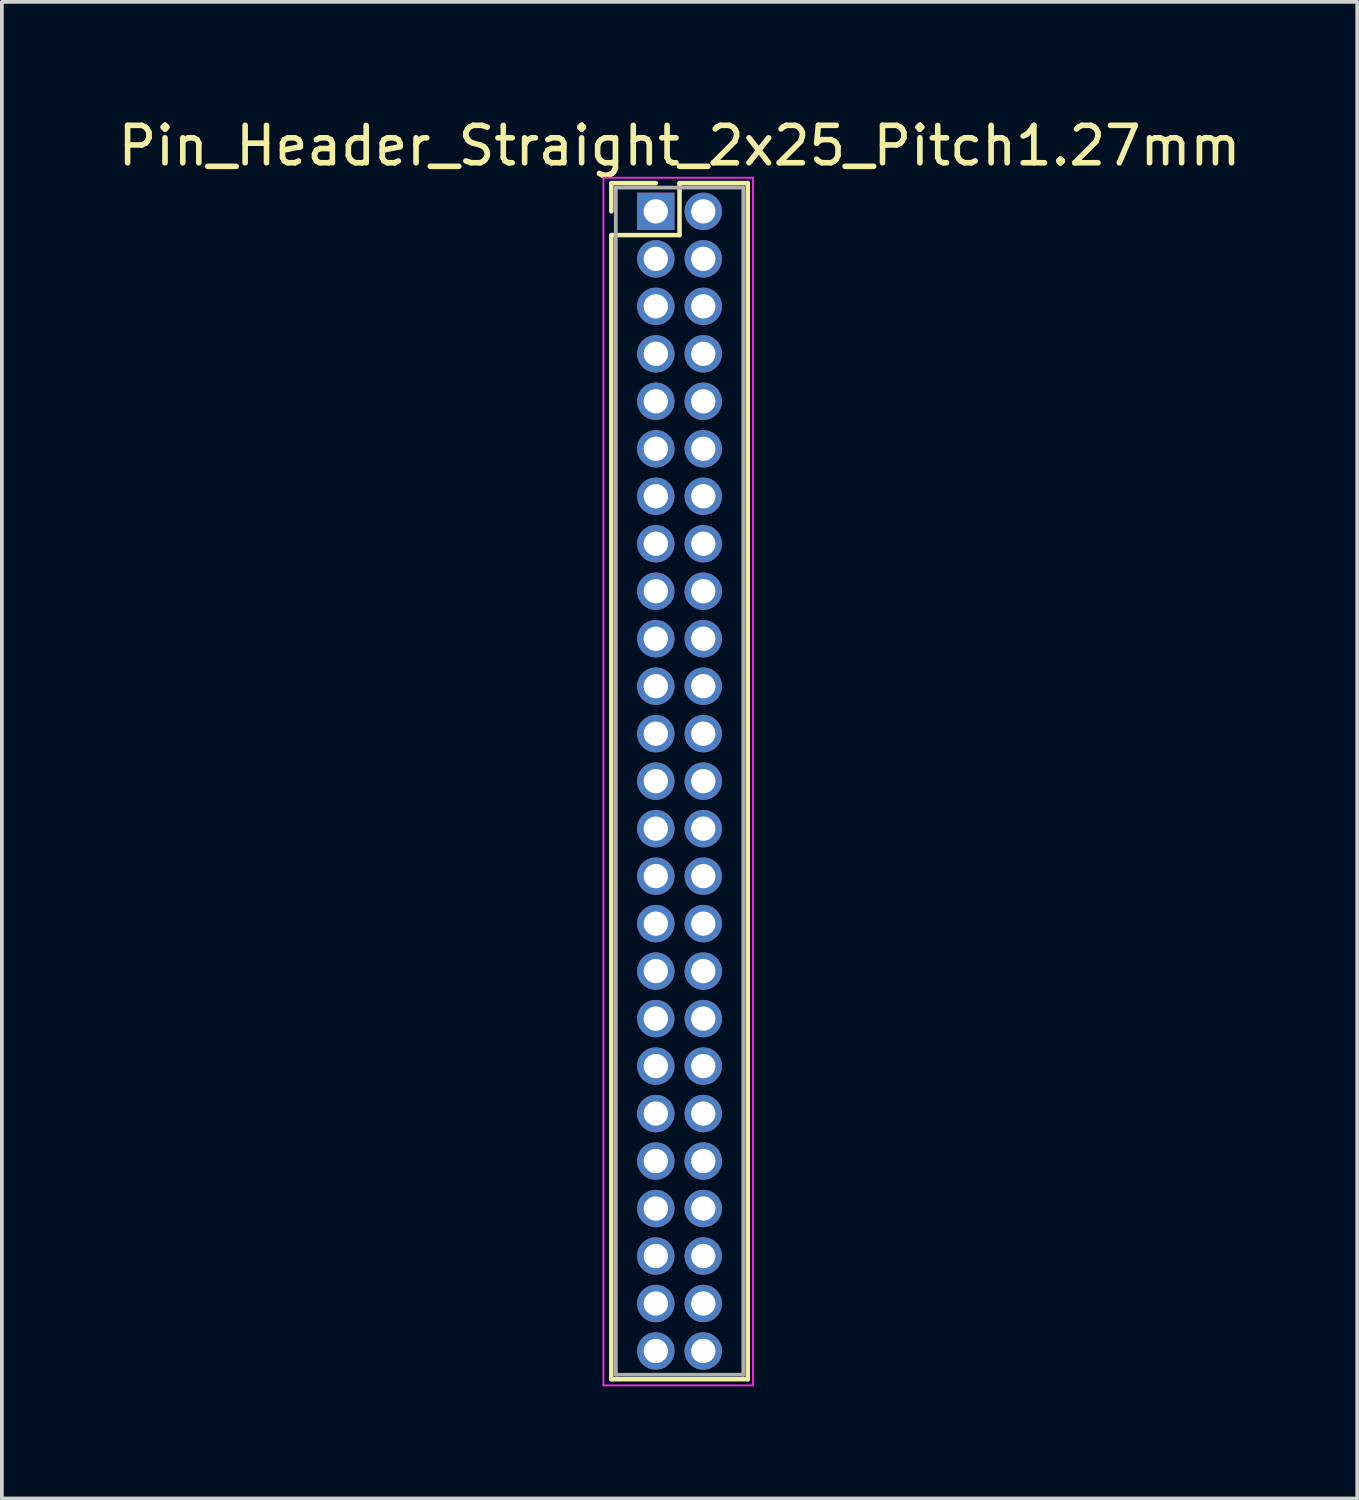
<source format=kicad_pcb>
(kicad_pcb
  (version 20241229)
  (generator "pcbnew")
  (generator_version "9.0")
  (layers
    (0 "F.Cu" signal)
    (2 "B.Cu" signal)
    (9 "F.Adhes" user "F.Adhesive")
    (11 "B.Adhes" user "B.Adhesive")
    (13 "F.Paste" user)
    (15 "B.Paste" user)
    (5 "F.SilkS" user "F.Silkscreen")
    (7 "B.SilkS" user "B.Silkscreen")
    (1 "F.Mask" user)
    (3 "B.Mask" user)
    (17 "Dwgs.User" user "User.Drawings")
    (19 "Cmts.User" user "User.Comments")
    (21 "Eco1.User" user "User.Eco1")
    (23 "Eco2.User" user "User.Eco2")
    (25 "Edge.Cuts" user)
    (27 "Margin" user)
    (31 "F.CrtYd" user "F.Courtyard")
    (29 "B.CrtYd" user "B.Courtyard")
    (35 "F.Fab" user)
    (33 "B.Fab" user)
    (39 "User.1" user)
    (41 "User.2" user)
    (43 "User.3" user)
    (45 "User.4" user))
  (footprint "Pin_Header_Straight_2x25_Pitch1.27mm"
    (layer "F.Cu")
    (at 14.49 2.603)
    (property "Reference" "Pin_Header_Straight_2x25_Pitch1.27mm" (at 0.635 -1.755 0) (layer "F.SilkS") (effects (font (size 1 1) (thickness 0.15))))
    (attr through_hole)
    (fp_line (start -1.19 -0.755) (end 0 -0.755) (stroke (width 0.12) (type solid)) (layer "F.SilkS"))
    (fp_line (start -1.19 0) (end -1.19 -0.755) (stroke (width 0.12) (type solid)) (layer "F.SilkS"))
    (fp_line (start -1.19 0.635) (end -1.19 31.235) (stroke (width 0.12) (type solid)) (layer "F.SilkS"))
    (fp_line (start -1.19 31.235) (end 2.46 31.235) (stroke (width 0.12) (type solid)) (layer "F.SilkS"))
    (fp_line (start 0.635 -0.755) (end 0.635 0.635) (stroke (width 0.12) (type solid)) (layer "F.SilkS"))
    (fp_line (start 0.635 0.635) (end -1.19 0.635) (stroke (width 0.12) (type solid)) (layer "F.SilkS"))
    (fp_line (start 2.46 -0.755) (end 0.635 -0.755) (stroke (width 0.12) (type solid)) (layer "F.SilkS"))
    (fp_line (start 2.46 31.235) (end 2.46 -0.755) (stroke (width 0.12) (type solid)) (layer "F.SilkS"))
    (fp_line (start -1.4 -0.9) (end -1.4 31.4) (stroke (width 0.05) (type solid)) (layer "F.CrtYd"))
    (fp_line (start -1.4 31.4) (end 2.6 31.4) (stroke (width 0.05) (type solid)) (layer "F.CrtYd"))
    (fp_line (start 2.6 -0.9) (end -1.4 -0.9) (stroke (width 0.05) (type solid)) (layer "F.CrtYd"))
    (fp_line (start 2.6 31.4) (end 2.6 -0.9) (stroke (width 0.05) (type solid)) (layer "F.CrtYd"))
    (fp_line (start -1.07 -0.635) (end -1.07 31.115) (stroke (width 0.1) (type solid)) (layer "F.Fab"))
    (fp_line (start -1.07 31.115) (end 2.34 31.115) (stroke (width 0.1) (type solid)) (layer "F.Fab"))
    (fp_line (start 2.34 -0.635) (end -1.07 -0.635) (stroke (width 0.1) (type solid)) (layer "F.Fab"))
    (fp_line (start 2.34 31.115) (end 2.34 -0.635) (stroke (width 0.1) (type solid)) (layer "F.Fab"))
    (pad "1" thru_hole rect (at 0 0) (size 1 1) (drill 0.65) (layers "*.Cu" "*.Mask"))
    (pad "2" thru_hole oval (at 1.27 0) (size 1 1) (drill 0.65) (layers "*.Cu" "*.Mask"))
    (pad "3" thru_hole oval (at 0 1.27) (size 1 1) (drill 0.65) (layers "*.Cu" "*.Mask"))
    (pad "4" thru_hole oval (at 1.27 1.27) (size 1 1) (drill 0.65) (layers "*.Cu" "*.Mask"))
    (pad "5" thru_hole oval (at 0 2.54) (size 1 1) (drill 0.65) (layers "*.Cu" "*.Mask"))
    (pad "6" thru_hole oval (at 1.27 2.54) (size 1 1) (drill 0.65) (layers "*.Cu" "*.Mask"))
    (pad "7" thru_hole oval (at 0 3.81) (size 1 1) (drill 0.65) (layers "*.Cu" "*.Mask"))
    (pad "8" thru_hole oval (at 1.27 3.81) (size 1 1) (drill 0.65) (layers "*.Cu" "*.Mask"))
    (pad "9" thru_hole oval (at 0 5.08) (size 1 1) (drill 0.65) (layers "*.Cu" "*.Mask"))
    (pad "10" thru_hole oval (at 1.27 5.08) (size 1 1) (drill 0.65) (layers "*.Cu" "*.Mask"))
    (pad "11" thru_hole oval (at 0 6.35) (size 1 1) (drill 0.65) (layers "*.Cu" "*.Mask"))
    (pad "12" thru_hole oval (at 1.27 6.35) (size 1 1) (drill 0.65) (layers "*.Cu" "*.Mask"))
    (pad "13" thru_hole oval (at 0 7.62) (size 1 1) (drill 0.65) (layers "*.Cu" "*.Mask"))
    (pad "14" thru_hole oval (at 1.27 7.62) (size 1 1) (drill 0.65) (layers "*.Cu" "*.Mask"))
    (pad "15" thru_hole oval (at 0 8.89) (size 1 1) (drill 0.65) (layers "*.Cu" "*.Mask"))
    (pad "16" thru_hole oval (at 1.27 8.89) (size 1 1) (drill 0.65) (layers "*.Cu" "*.Mask"))
    (pad "17" thru_hole oval (at 0 10.16) (size 1 1) (drill 0.65) (layers "*.Cu" "*.Mask"))
    (pad "18" thru_hole oval (at 1.27 10.16) (size 1 1) (drill 0.65) (layers "*.Cu" "*.Mask"))
    (pad "19" thru_hole oval (at 0 11.43) (size 1 1) (drill 0.65) (layers "*.Cu" "*.Mask"))
    (pad "20" thru_hole oval (at 1.27 11.43) (size 1 1) (drill 0.65) (layers "*.Cu" "*.Mask"))
    (pad "21" thru_hole oval (at 0 12.7) (size 1 1) (drill 0.65) (layers "*.Cu" "*.Mask"))
    (pad "22" thru_hole oval (at 1.27 12.7) (size 1 1) (drill 0.65) (layers "*.Cu" "*.Mask"))
    (pad "23" thru_hole oval (at 0 13.97) (size 1 1) (drill 0.65) (layers "*.Cu" "*.Mask"))
    (pad "24" thru_hole oval (at 1.27 13.97) (size 1 1) (drill 0.65) (layers "*.Cu" "*.Mask"))
    (pad "25" thru_hole oval (at 0 15.24) (size 1 1) (drill 0.65) (layers "*.Cu" "*.Mask"))
    (pad "26" thru_hole oval (at 1.27 15.24) (size 1 1) (drill 0.65) (layers "*.Cu" "*.Mask"))
    (pad "27" thru_hole oval (at 0 16.51) (size 1 1) (drill 0.65) (layers "*.Cu" "*.Mask"))
    (pad "28" thru_hole oval (at 1.27 16.51) (size 1 1) (drill 0.65) (layers "*.Cu" "*.Mask"))
    (pad "29" thru_hole oval (at 0 17.78) (size 1 1) (drill 0.65) (layers "*.Cu" "*.Mask"))
    (pad "30" thru_hole oval (at 1.27 17.78) (size 1 1) (drill 0.65) (layers "*.Cu" "*.Mask"))
    (pad "31" thru_hole oval (at 0 19.05) (size 1 1) (drill 0.65) (layers "*.Cu" "*.Mask"))
    (pad "32" thru_hole oval (at 1.27 19.05) (size 1 1) (drill 0.65) (layers "*.Cu" "*.Mask"))
    (pad "33" thru_hole oval (at 0 20.32) (size 1 1) (drill 0.65) (layers "*.Cu" "*.Mask"))
    (pad "34" thru_hole oval (at 1.27 20.32) (size 1 1) (drill 0.65) (layers "*.Cu" "*.Mask"))
    (pad "35" thru_hole oval (at 0 21.59) (size 1 1) (drill 0.65) (layers "*.Cu" "*.Mask"))
    (pad "36" thru_hole oval (at 1.27 21.59) (size 1 1) (drill 0.65) (layers "*.Cu" "*.Mask"))
    (pad "37" thru_hole oval (at 0 22.86) (size 1 1) (drill 0.65) (layers "*.Cu" "*.Mask"))
    (pad "38" thru_hole oval (at 1.27 22.86) (size 1 1) (drill 0.65) (layers "*.Cu" "*.Mask"))
    (pad "39" thru_hole oval (at 0 24.13) (size 1 1) (drill 0.65) (layers "*.Cu" "*.Mask"))
    (pad "40" thru_hole oval (at 1.27 24.13) (size 1 1) (drill 0.65) (layers "*.Cu" "*.Mask"))
    (pad "41" thru_hole oval (at 0 25.4) (size 1 1) (drill 0.65) (layers "*.Cu" "*.Mask"))
    (pad "42" thru_hole oval (at 1.27 25.4) (size 1 1) (drill 0.65) (layers "*.Cu" "*.Mask"))
    (pad "43" thru_hole oval (at 0 26.67) (size 1 1) (drill 0.65) (layers "*.Cu" "*.Mask"))
    (pad "44" thru_hole oval (at 1.27 26.67) (size 1 1) (drill 0.65) (layers "*.Cu" "*.Mask"))
    (pad "45" thru_hole oval (at 0 27.94) (size 1 1) (drill 0.65) (layers "*.Cu" "*.Mask"))
    (pad "46" thru_hole oval (at 1.27 27.94) (size 1 1) (drill 0.65) (layers "*.Cu" "*.Mask"))
    (pad "47" thru_hole oval (at 0 29.21) (size 1 1) (drill 0.65) (layers "*.Cu" "*.Mask"))
    (pad "48" thru_hole oval (at 1.27 29.21) (size 1 1) (drill 0.65) (layers "*.Cu" "*.Mask"))
    (pad "49" thru_hole oval (at 0 30.48) (size 1 1) (drill 0.65) (layers "*.Cu" "*.Mask"))
    (pad "50" thru_hole oval (at 1.27 30.48) (size 1 1) (drill 0.65) (layers "*.Cu" "*.Mask")))
  (gr_rect
    (start -3 -3)
    (end 33.25 37.028)
    (stroke (width 0.1) (type default))
    (fill no)
    (layer "Edge.Cuts")))
</source>
